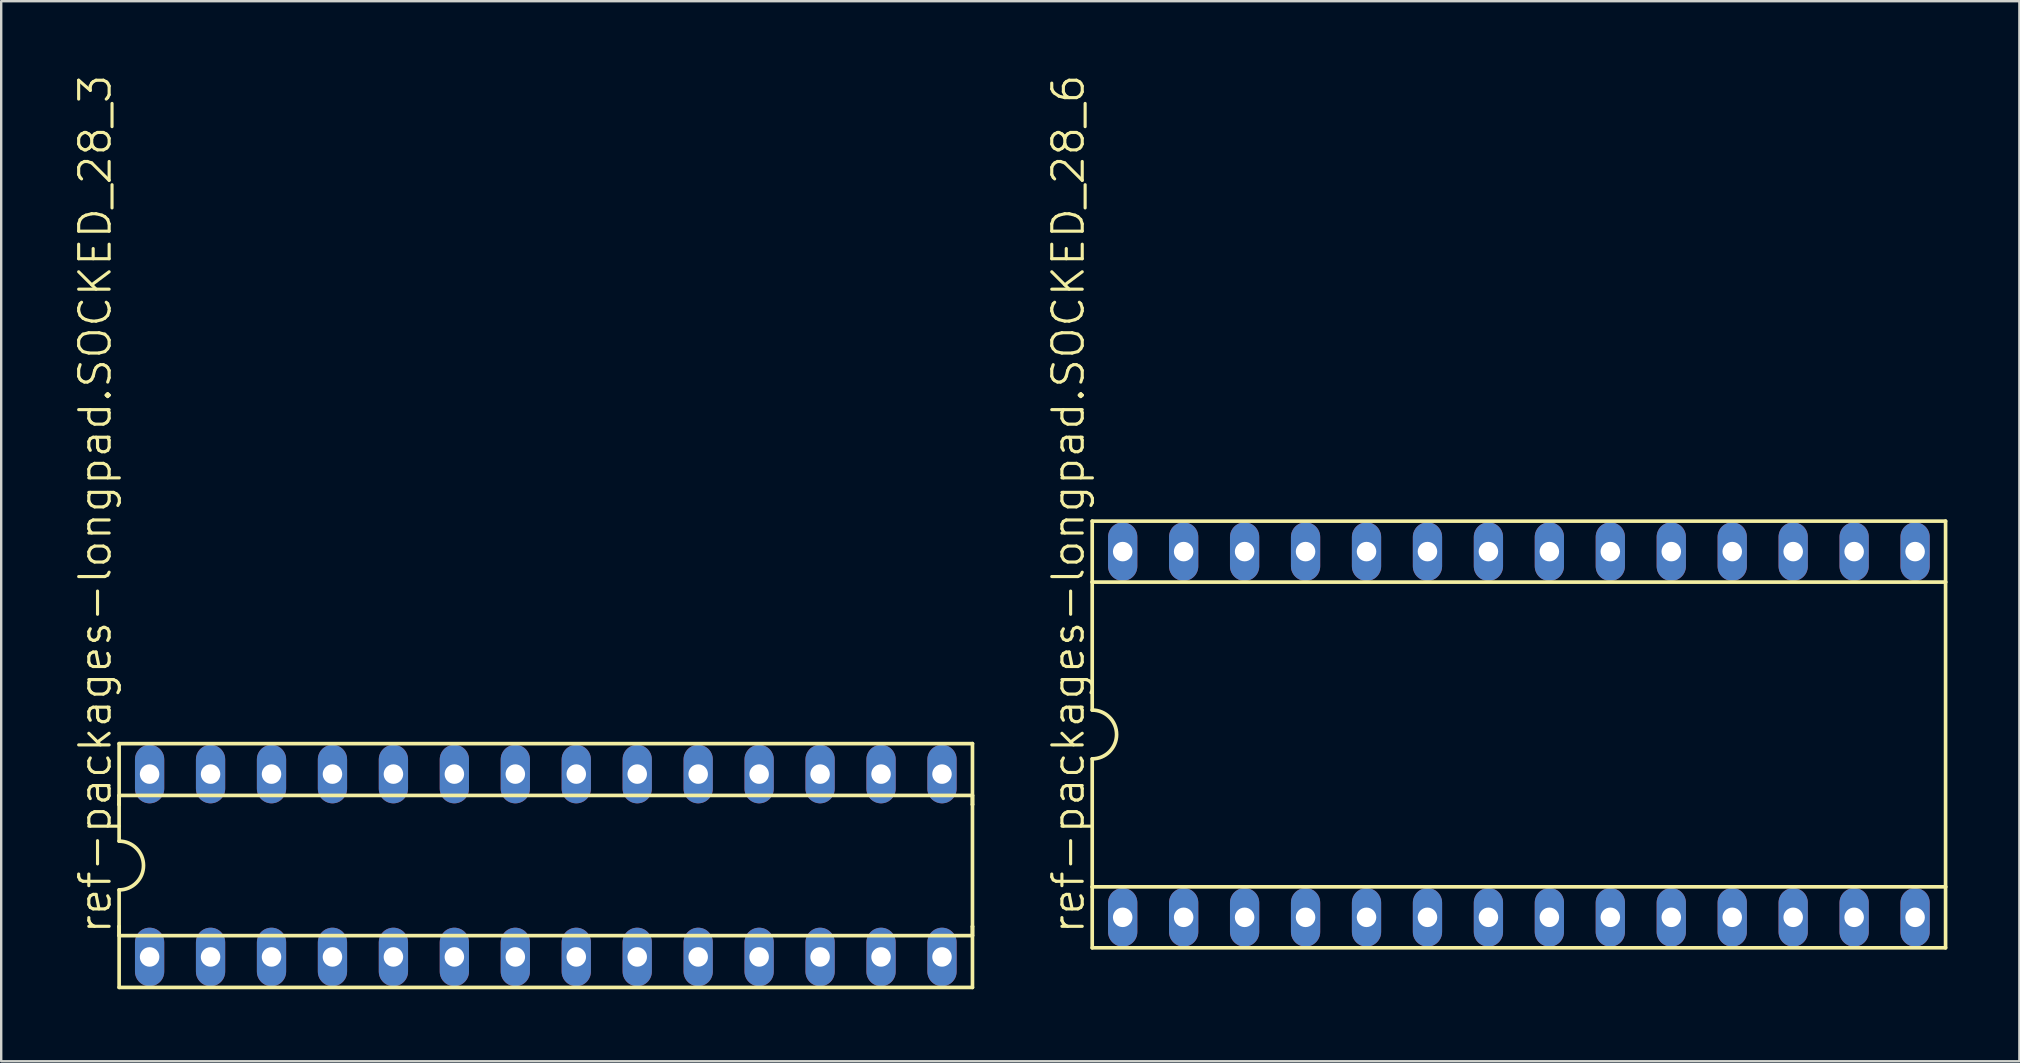
<source format=kicad_pcb>
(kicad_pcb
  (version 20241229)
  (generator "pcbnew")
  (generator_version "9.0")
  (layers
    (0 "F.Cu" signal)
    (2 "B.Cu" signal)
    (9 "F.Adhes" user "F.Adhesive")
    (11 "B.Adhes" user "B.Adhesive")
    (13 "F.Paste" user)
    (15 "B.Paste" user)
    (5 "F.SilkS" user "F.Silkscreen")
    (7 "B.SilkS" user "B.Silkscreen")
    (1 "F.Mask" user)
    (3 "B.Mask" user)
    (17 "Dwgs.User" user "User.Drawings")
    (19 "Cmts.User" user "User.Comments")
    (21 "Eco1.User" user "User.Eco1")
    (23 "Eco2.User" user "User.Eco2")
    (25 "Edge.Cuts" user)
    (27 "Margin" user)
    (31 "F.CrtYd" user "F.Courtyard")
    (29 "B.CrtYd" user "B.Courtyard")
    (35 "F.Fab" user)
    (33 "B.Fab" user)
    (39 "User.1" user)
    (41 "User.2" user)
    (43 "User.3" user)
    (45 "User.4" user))
  (footprint "ref-packages-longpad.SOCKED_28_3"
    (layer "F.Cu")
    (at 19.694 33.017)
    (property "Reference" "ref-packages-longpad.SOCKED_28_3" (at -18.034 2.921 90) (layer "F.SilkS") (effects (font (size 1.27 1.27) (thickness 0.13)) (justify left bottom)))
    (attr through_hole)
    (fp_line (start -17.78 -5.08) (end -17.78 -2.54) (stroke (width 0.152) (type default)) (layer "F.SilkS"))
    (fp_line (start -17.78 -2.921) (end -17.78 -2.54) (stroke (width 0.152) (type default)) (layer "F.SilkS"))
    (fp_line (start -17.78 -2.54) (end -17.78 -1.016) (stroke (width 0.152) (type default)) (layer "F.SilkS"))
    (fp_line (start -17.78 2.54) (end -17.78 1.016) (stroke (width 0.152) (type default)) (layer "F.SilkS"))
    (fp_line (start -17.78 2.921) (end -17.78 2.54) (stroke (width 0.152) (type default)) (layer "F.SilkS"))
    (fp_line (start -17.78 2.921) (end 17.78 2.921) (stroke (width 0.152) (type default)) (layer "F.SilkS"))
    (fp_line (start -17.78 5.08) (end -17.78 2.54) (stroke (width 0.152) (type default)) (layer "F.SilkS"))
    (fp_line (start -17.78 5.08) (end 17.78 5.08) (stroke (width 0.152) (type default)) (layer "F.SilkS"))
    (fp_line (start 17.78 -5.08) (end -17.78 -5.08) (stroke (width 0.152) (type default)) (layer "F.SilkS"))
    (fp_line (start 17.78 -5.08) (end 17.78 -2.54) (stroke (width 0.152) (type default)) (layer "F.SilkS"))
    (fp_line (start 17.78 -2.921) (end -17.78 -2.921) (stroke (width 0.152) (type default)) (layer "F.SilkS"))
    (fp_line (start 17.78 -2.921) (end 17.78 -2.54) (stroke (width 0.152) (type default)) (layer "F.SilkS"))
    (fp_line (start 17.78 -2.54) (end 17.78 2.54) (stroke (width 0.152) (type default)) (layer "F.SilkS"))
    (fp_line (start 17.78 2.54) (end 17.78 2.921) (stroke (width 0.152) (type default)) (layer "F.SilkS"))
    (fp_line (start 17.78 5.08) (end 17.78 2.54) (stroke (width 0.152) (type default)) (layer "F.SilkS"))
    (fp_arc (start -17.78 -1.016) (mid -16.764 0) (end -17.78 1.016) (stroke (width 0.1524) (type default)) (layer "F.SilkS"))
    (pad "1" thru_hole oval (at -16.51 3.81 90) (size 2.438 1.219) (drill 0.813) (layers "*.Cu" "*.Mask"))
    (pad "2" thru_hole oval (at -13.97 3.81 90) (size 2.438 1.219) (drill 0.813) (layers "*.Cu" "*.Mask"))
    (pad "3" thru_hole oval (at -11.43 3.81 90) (size 2.438 1.219) (drill 0.813) (layers "*.Cu" "*.Mask"))
    (pad "4" thru_hole oval (at -8.89 3.81 90) (size 2.438 1.219) (drill 0.813) (layers "*.Cu" "*.Mask"))
    (pad "5" thru_hole oval (at -6.35 3.81 90) (size 2.438 1.219) (drill 0.813) (layers "*.Cu" "*.Mask"))
    (pad "6" thru_hole oval (at -3.81 3.81 90) (size 2.438 1.219) (drill 0.813) (layers "*.Cu" "*.Mask"))
    (pad "7" thru_hole oval (at -1.27 3.81 90) (size 2.438 1.219) (drill 0.813) (layers "*.Cu" "*.Mask"))
    (pad "8" thru_hole oval (at 1.27 3.81 90) (size 2.438 1.219) (drill 0.813) (layers "*.Cu" "*.Mask"))
    (pad "9" thru_hole oval (at 3.81 3.81 90) (size 2.438 1.219) (drill 0.813) (layers "*.Cu" "*.Mask"))
    (pad "10" thru_hole oval (at 6.35 3.81 90) (size 2.438 1.219) (drill 0.813) (layers "*.Cu" "*.Mask"))
    (pad "11" thru_hole oval (at 8.89 3.81 90) (size 2.438 1.219) (drill 0.813) (layers "*.Cu" "*.Mask"))
    (pad "12" thru_hole oval (at 11.43 3.81 90) (size 2.438 1.219) (drill 0.813) (layers "*.Cu" "*.Mask"))
    (pad "13" thru_hole oval (at 13.97 3.81 90) (size 2.438 1.219) (drill 0.813) (layers "*.Cu" "*.Mask"))
    (pad "14" thru_hole oval (at 16.51 3.81 90) (size 2.438 1.219) (drill 0.813) (layers "*.Cu" "*.Mask"))
    (pad "15" thru_hole oval (at 16.51 -3.81 90) (size 2.438 1.219) (drill 0.813) (layers "*.Cu" "*.Mask"))
    (pad "16" thru_hole oval (at 13.97 -3.81 90) (size 2.438 1.219) (drill 0.813) (layers "*.Cu" "*.Mask"))
    (pad "17" thru_hole oval (at 11.43 -3.81 90) (size 2.438 1.219) (drill 0.813) (layers "*.Cu" "*.Mask"))
    (pad "18" thru_hole oval (at 8.89 -3.81 90) (size 2.438 1.219) (drill 0.813) (layers "*.Cu" "*.Mask"))
    (pad "19" thru_hole oval (at 6.35 -3.81 90) (size 2.438 1.219) (drill 0.813) (layers "*.Cu" "*.Mask"))
    (pad "20" thru_hole oval (at 3.81 -3.81 90) (size 2.438 1.219) (drill 0.813) (layers "*.Cu" "*.Mask"))
    (pad "21" thru_hole oval (at 1.27 -3.81 90) (size 2.438 1.219) (drill 0.813) (layers "*.Cu" "*.Mask"))
    (pad "22" thru_hole oval (at -1.27 -3.81 90) (size 2.438 1.219) (drill 0.813) (layers "*.Cu" "*.Mask"))
    (pad "23" thru_hole oval (at -3.81 -3.81 90) (size 2.438 1.219) (drill 0.813) (layers "*.Cu" "*.Mask"))
    (pad "24" thru_hole oval (at -6.35 -3.81 90) (size 2.438 1.219) (drill 0.813) (layers "*.Cu" "*.Mask"))
    (pad "25" thru_hole oval (at -8.89 -3.81 90) (size 2.438 1.219) (drill 0.813) (layers "*.Cu" "*.Mask"))
    (pad "26" thru_hole oval (at -11.43 -3.81 90) (size 2.438 1.219) (drill 0.813) (layers "*.Cu" "*.Mask"))
    (pad "27" thru_hole oval (at -13.97 -3.81 90) (size 2.438 1.219) (drill 0.813) (layers "*.Cu" "*.Mask"))
    (pad "28" thru_hole oval (at -16.51 -3.81 90) (size 2.438 1.219) (drill 0.813) (layers "*.Cu" "*.Mask")))
  (footprint "ref-packages-longpad.SOCKED_28_6"
    (layer "F.Cu")
    (at 60.244 27.556)
    (property "Reference" "ref-packages-longpad.SOCKED_28_6" (at -18.034 8.382 90) (layer "F.SilkS") (effects (font (size 1.27 1.27) (thickness 0.13)) (justify left bottom)))
    (attr through_hole)
    (fp_line (start -17.78 -8.89) (end -17.78 -6.35) (stroke (width 0.152) (type default)) (layer "F.SilkS"))
    (fp_line (start -17.78 -6.35) (end -17.78 -1.016) (stroke (width 0.152) (type default)) (layer "F.SilkS"))
    (fp_line (start -17.78 -6.35) (end 17.78 -6.35) (stroke (width 0.152) (type default)) (layer "F.SilkS"))
    (fp_line (start -17.78 6.35) (end -17.78 1.016) (stroke (width 0.152) (type default)) (layer "F.SilkS"))
    (fp_line (start -17.78 6.35) (end 17.78 6.35) (stroke (width 0.152) (type default)) (layer "F.SilkS"))
    (fp_line (start -17.78 8.89) (end -17.78 6.35) (stroke (width 0.152) (type default)) (layer "F.SilkS"))
    (fp_line (start -17.78 8.89) (end 17.78 8.89) (stroke (width 0.152) (type default)) (layer "F.SilkS"))
    (fp_line (start 17.78 -8.89) (end -17.78 -8.89) (stroke (width 0.152) (type default)) (layer "F.SilkS"))
    (fp_line (start 17.78 -8.89) (end 17.78 -6.35) (stroke (width 0.152) (type default)) (layer "F.SilkS"))
    (fp_line (start 17.78 -6.35) (end 17.78 6.35) (stroke (width 0.152) (type default)) (layer "F.SilkS"))
    (fp_line (start 17.78 6.35) (end 17.78 8.89) (stroke (width 0.152) (type default)) (layer "F.SilkS"))
    (fp_arc (start -17.78 -1.016) (mid -16.764 0) (end -17.78 1.016) (stroke (width 0.1524) (type default)) (layer "F.SilkS"))
    (pad "1" thru_hole oval (at -16.51 7.62 90) (size 2.438 1.219) (drill 0.813) (layers "*.Cu" "*.Mask"))
    (pad "2" thru_hole oval (at -13.97 7.62 90) (size 2.438 1.219) (drill 0.813) (layers "*.Cu" "*.Mask"))
    (pad "3" thru_hole oval (at -11.43 7.62 90) (size 2.438 1.219) (drill 0.813) (layers "*.Cu" "*.Mask"))
    (pad "4" thru_hole oval (at -8.89 7.62 90) (size 2.438 1.219) (drill 0.813) (layers "*.Cu" "*.Mask"))
    (pad "5" thru_hole oval (at -6.35 7.62 90) (size 2.438 1.219) (drill 0.813) (layers "*.Cu" "*.Mask"))
    (pad "6" thru_hole oval (at -3.81 7.62 90) (size 2.438 1.219) (drill 0.813) (layers "*.Cu" "*.Mask"))
    (pad "7" thru_hole oval (at -1.27 7.62 90) (size 2.438 1.219) (drill 0.813) (layers "*.Cu" "*.Mask"))
    (pad "8" thru_hole oval (at 1.27 7.62 90) (size 2.438 1.219) (drill 0.813) (layers "*.Cu" "*.Mask"))
    (pad "9" thru_hole oval (at 3.81 7.62 90) (size 2.438 1.219) (drill 0.813) (layers "*.Cu" "*.Mask"))
    (pad "10" thru_hole oval (at 6.35 7.62 90) (size 2.438 1.219) (drill 0.813) (layers "*.Cu" "*.Mask"))
    (pad "11" thru_hole oval (at 8.89 7.62 90) (size 2.438 1.219) (drill 0.813) (layers "*.Cu" "*.Mask"))
    (pad "12" thru_hole oval (at 11.43 7.62 90) (size 2.438 1.219) (drill 0.813) (layers "*.Cu" "*.Mask"))
    (pad "13" thru_hole oval (at 13.97 7.62 90) (size 2.438 1.219) (drill 0.813) (layers "*.Cu" "*.Mask"))
    (pad "14" thru_hole oval (at 16.51 7.62 90) (size 2.438 1.219) (drill 0.813) (layers "*.Cu" "*.Mask"))
    (pad "15" thru_hole oval (at 16.51 -7.62 90) (size 2.438 1.219) (drill 0.813) (layers "*.Cu" "*.Mask"))
    (pad "16" thru_hole oval (at 13.97 -7.62 90) (size 2.438 1.219) (drill 0.813) (layers "*.Cu" "*.Mask"))
    (pad "17" thru_hole oval (at 11.43 -7.62 90) (size 2.438 1.219) (drill 0.813) (layers "*.Cu" "*.Mask"))
    (pad "18" thru_hole oval (at 8.89 -7.62 90) (size 2.438 1.219) (drill 0.813) (layers "*.Cu" "*.Mask"))
    (pad "19" thru_hole oval (at 6.35 -7.62 90) (size 2.438 1.219) (drill 0.813) (layers "*.Cu" "*.Mask"))
    (pad "20" thru_hole oval (at 3.81 -7.62 90) (size 2.438 1.219) (drill 0.813) (layers "*.Cu" "*.Mask"))
    (pad "21" thru_hole oval (at 1.27 -7.62 90) (size 2.438 1.219) (drill 0.813) (layers "*.Cu" "*.Mask"))
    (pad "22" thru_hole oval (at -1.27 -7.62 90) (size 2.438 1.219) (drill 0.813) (layers "*.Cu" "*.Mask"))
    (pad "23" thru_hole oval (at -3.81 -7.62 90) (size 2.438 1.219) (drill 0.813) (layers "*.Cu" "*.Mask"))
    (pad "24" thru_hole oval (at -6.35 -7.62 90) (size 2.438 1.219) (drill 0.813) (layers "*.Cu" "*.Mask"))
    (pad "25" thru_hole oval (at -8.89 -7.62 90) (size 2.438 1.219) (drill 0.813) (layers "*.Cu" "*.Mask"))
    (pad "26" thru_hole oval (at -11.43 -7.62 90) (size 2.438 1.219) (drill 0.813) (layers "*.Cu" "*.Mask"))
    (pad "27" thru_hole oval (at -13.97 -7.62 90) (size 2.438 1.219) (drill 0.813) (layers "*.Cu" "*.Mask"))
    (pad "28" thru_hole oval (at -16.51 -7.62 90) (size 2.438 1.219) (drill 0.813) (layers "*.Cu" "*.Mask")))
  (gr_rect
    (start -3 -3)
    (end 81.1 41.173)
    (stroke (width 0.1) (type default))
    (fill no)
    (layer "Edge.Cuts")))
</source>
